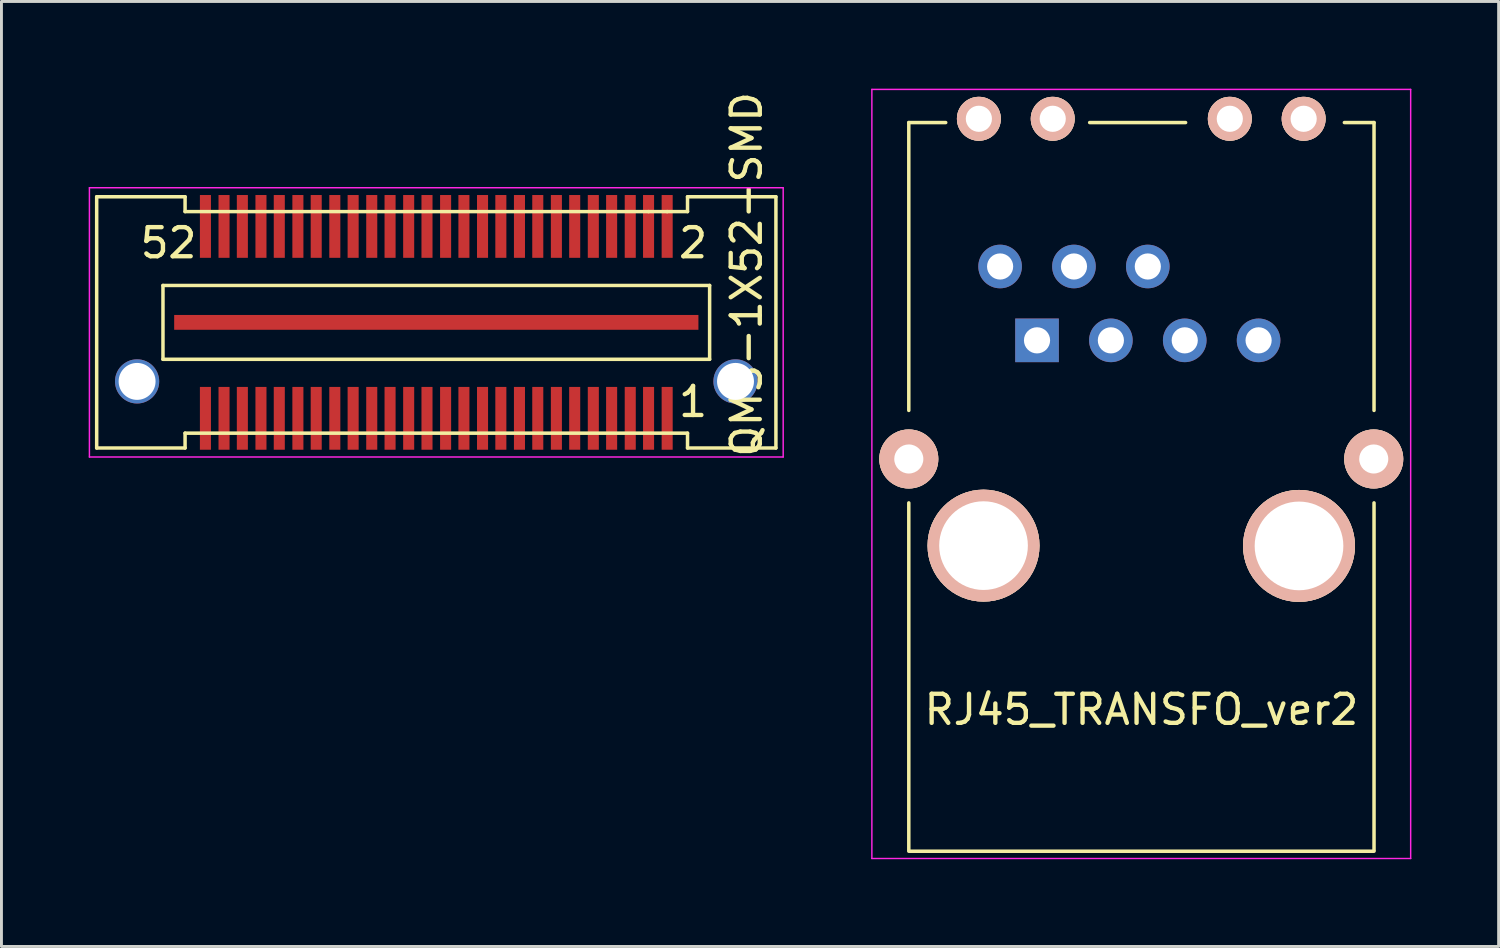
<source format=kicad_pcb>
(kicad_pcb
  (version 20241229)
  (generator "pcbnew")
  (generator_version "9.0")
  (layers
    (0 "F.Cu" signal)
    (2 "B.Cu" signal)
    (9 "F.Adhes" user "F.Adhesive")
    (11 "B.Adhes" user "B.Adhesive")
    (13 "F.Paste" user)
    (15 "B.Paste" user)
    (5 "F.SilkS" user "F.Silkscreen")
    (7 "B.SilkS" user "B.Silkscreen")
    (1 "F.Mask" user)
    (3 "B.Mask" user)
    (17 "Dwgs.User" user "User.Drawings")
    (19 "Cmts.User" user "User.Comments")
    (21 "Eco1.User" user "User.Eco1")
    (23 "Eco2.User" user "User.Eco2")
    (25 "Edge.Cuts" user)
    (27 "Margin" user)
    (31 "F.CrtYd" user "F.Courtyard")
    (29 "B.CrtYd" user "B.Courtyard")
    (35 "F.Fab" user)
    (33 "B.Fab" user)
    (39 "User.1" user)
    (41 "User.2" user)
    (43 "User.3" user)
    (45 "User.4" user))
  (footprint "RJ45_TRANSFO_ver2"
    (layer "F.Cu")
    (at 32.615 8.655)
    (property "Reference" "RJ45_TRANSFO_ver2" (at 3.59 12.7 0) (layer "F.SilkS") (effects (font (size 1 1) (thickness 0.15))))
    (attr through_hole)
    (fp_line (start -4.41 -7.49) (end -3.14 -7.49) (stroke (width 0.12) (type solid)) (layer "F.SilkS"))
    (fp_line (start -4.41 2.41) (end -4.41 -7.49) (stroke (width 0.12) (type solid)) (layer "F.SilkS"))
    (fp_line (start -4.41 17.53) (end -4.41 5.59) (stroke (width 0.12) (type solid)) (layer "F.SilkS"))
    (fp_line (start -4.41 17.57) (end 11.59 17.57) (stroke (width 0.12) (type solid)) (layer "F.SilkS"))
    (fp_line (start 1.81 -7.49) (end 5.11 -7.49) (stroke (width 0.12) (type solid)) (layer "F.SilkS"))
    (fp_line (start 11.59 -7.49) (end 10.57 -7.49) (stroke (width 0.12) (type solid)) (layer "F.SilkS"))
    (fp_line (start 11.59 2.41) (end 11.59 -7.49) (stroke (width 0.12) (type solid)) (layer "F.SilkS"))
    (fp_line (start 11.59 17.53) (end 11.59 5.59) (stroke (width 0.12) (type solid)) (layer "F.SilkS"))
    (fp_line (start -5.68 -8.63) (end -5.68 17.82) (stroke (width 0.05) (type solid)) (layer "F.CrtYd"))
    (fp_line (start -5.68 -8.63) (end 12.85 -8.63) (stroke (width 0.05) (type solid)) (layer "F.CrtYd"))
    (fp_line (start 12.85 17.82) (end -5.68 17.82) (stroke (width 0.05) (type solid)) (layer "F.CrtYd"))
    (fp_line (start 12.85 17.82) (end 12.85 -8.63) (stroke (width 0.05) (type solid)) (layer "F.CrtYd"))
    (pad "1" thru_hole rect (at 0 0) (size 1.5 1.5) (drill 0.9) (layers "*.Cu" "*.Mask"))
    (pad "2" thru_hole circle (at -1.27 -2.54) (size 1.5 1.5) (drill 0.9) (layers "*.Cu" "*.Mask"))
    (pad "3" thru_hole circle (at 2.54 0) (size 1.5 1.5) (drill 0.9) (layers "*.Cu" "*.Mask"))
    (pad "4" thru_hole circle (at 1.27 -2.54) (size 1.5 1.5) (drill 0.9) (layers "*.Cu" "*.Mask"))
    (pad "5" thru_hole circle (at 5.08 0) (size 1.5 1.5) (drill 0.9) (layers "*.Cu" "*.Mask"))
    (pad "6" thru_hole circle (at 3.81 -2.54) (size 1.5 1.5) (drill 0.9) (layers "*.Cu" "*.Mask"))
    (pad "7" thru_hole circle (at 7.62 0) (size 1.5 1.5) (drill 0.9) (layers "*.Cu" "*.Mask"))
    (pad "9" thru_hole circle (at -4.41 4.08) (size 2.03 2.03) (drill 1) (layers "*.Cu" "*.SilkS" "*.Mask"))
    (pad "9" thru_hole circle (at 11.58 4.08) (size 2.03 2.03) (drill 1) (layers "*.Cu" "*.SilkS" "*.Mask"))
    (pad "Hole" thru_hole circle (at -2 -7.62) (size 1.51 1.51) (drill 0.9) (layers "*.Cu" "*.SilkS" "*.Mask"))
    (pad "Hole" thru_hole circle (at -1.84 7.06) (size 3.85 3.85) (drill 3.05) (layers "*.Cu" "*.SilkS" "*.Mask"))
    (pad "Hole" thru_hole circle (at 0.54 -7.62) (size 1.51 1.51) (drill 0.9) (layers "*.Cu" "*.SilkS" "*.Mask"))
    (pad "Hole" thru_hole circle (at 6.63 -7.62) (size 1.51 1.51) (drill 0.9) (layers "*.Cu" "*.SilkS" "*.Mask"))
    (pad "Hole" thru_hole circle (at 9.01 7.07) (size 3.85 3.85) (drill 3.05) (layers "*.Cu" "*.SilkS" "*.Mask"))
    (pad "Hole" thru_hole circle (at 9.17 -7.62) (size 1.51 1.51) (drill 0.9) (layers "*.Cu" "*.SilkS" "*.Mask")))
  (footprint "QMS-1X52-SMD"
    (layer "F.Cu")
    (at 11.955 8.037)
    (property "Reference" "QMS-1X52-SMD" (at 10.67 -1.65 90) (layer "F.SilkS") (effects (font (size 1 1) (thickness 0.15))))
    (attr smd)
    (fp_line (start -11.68 4.32) (end -11.68 -4.32) (stroke (width 0.12) (type solid)) (layer "F.SilkS"))
    (fp_line (start -9.4 -1.27) (end 9.4 -1.27) (stroke (width 0.12) (type solid)) (layer "F.SilkS"))
    (fp_line (start -9.4 1.27) (end -9.4 -1.27) (stroke (width 0.12) (type solid)) (layer "F.SilkS"))
    (fp_line (start -8.64 -4.32) (end -11.68 -4.32) (stroke (width 0.12) (type solid)) (layer "F.SilkS"))
    (fp_line (start -8.64 -4.32) (end -8.64 -3.81) (stroke (width 0.12) (type solid)) (layer "F.SilkS"))
    (fp_line (start -8.64 -3.81) (end 7.3 -3.81) (stroke (width 0.12) (type solid)) (layer "F.SilkS"))
    (fp_line (start -8.64 3.81) (end -8.64 4.32) (stroke (width 0.12) (type solid)) (layer "F.SilkS"))
    (fp_line (start -8.64 4.32) (end -11.68 4.32) (stroke (width 0.12) (type solid)) (layer "F.SilkS"))
    (fp_line (start 7.3 -3.81) (end 7.94 -3.81) (stroke (width 0.12) (type solid)) (layer "F.SilkS"))
    (fp_line (start 7.94 -3.81) (end 8.64 -3.81) (stroke (width 0.12) (type solid)) (layer "F.SilkS"))
    (fp_line (start 8.64 -4.32) (end 11.68 -4.32) (stroke (width 0.12) (type solid)) (layer "F.SilkS"))
    (fp_line (start 8.64 -3.81) (end 8.64 -4.32) (stroke (width 0.12) (type solid)) (layer "F.SilkS"))
    (fp_line (start 8.64 3.81) (end -8.64 3.81) (stroke (width 0.12) (type solid)) (layer "F.SilkS"))
    (fp_line (start 8.64 4.32) (end 8.64 3.81) (stroke (width 0.12) (type solid)) (layer "F.SilkS"))
    (fp_line (start 9.4 -1.27) (end 9.4 1.27) (stroke (width 0.12) (type solid)) (layer "F.SilkS"))
    (fp_line (start 9.4 1.27) (end -9.4 1.27) (stroke (width 0.12) (type solid)) (layer "F.SilkS"))
    (fp_line (start 11.68 -4.32) (end 11.68 4.32) (stroke (width 0.12) (type solid)) (layer "F.SilkS"))
    (fp_line (start 11.68 4.32) (end 8.64 4.32) (stroke (width 0.12) (type solid)) (layer "F.SilkS"))
    (fp_line (start -11.93 -4.63) (end -11.93 4.63) (stroke (width 0.05) (type solid)) (layer "F.CrtYd"))
    (fp_line (start -11.93 -4.63) (end 11.93 -4.63) (stroke (width 0.05) (type solid)) (layer "F.CrtYd"))
    (fp_line (start 11.93 4.63) (end -11.93 4.63) (stroke (width 0.05) (type solid)) (layer "F.CrtYd"))
    (fp_line (start 11.93 4.63) (end 11.93 -4.63) (stroke (width 0.05) (type solid)) (layer "F.CrtYd"))
    (fp_text user "2" (at 8.83 -2.73 0) (layer "F.SilkS") (effects (font (size 1 1) (thickness 0.15))))
    (fp_text user "1" (at 8.83 2.73 0) (layer "F.SilkS") (effects (font (size 1 1) (thickness 0.15))))
    (fp_text user "52" (at -9.21 -2.73 0) (layer "F.SilkS") (effects (font (size 1 1) (thickness 0.15))))
    (pad "" thru_hole circle (at -10.29 2.03) (size 1.52 1.52) (drill 1.27) (layers "*.Cu" "*.Mask"))
    (pad "" thru_hole circle (at 10.29 2.03) (size 1.52 1.52) (drill 1.27) (layers "*.Cu" "*.Mask"))
    (pad "1" smd rect (at 7.94 3.3) (size 0.38 2.16) (layers "F.Cu" "F.Mask" "F.Paste"))
    (pad "2" smd rect (at 7.94 -3.3) (size 0.38 2.16) (layers "F.Cu" "F.Mask" "F.Paste"))
    (pad "3" smd rect (at 7.3 3.3) (size 0.38 2.16) (layers "F.Cu" "F.Mask" "F.Paste"))
    (pad "4" smd rect (at 7.3 -3.3) (size 0.38 2.16) (layers "F.Cu" "F.Mask" "F.Paste"))
    (pad "5" smd rect (at 6.67 3.3) (size 0.38 2.16) (layers "F.Cu" "F.Mask" "F.Paste"))
    (pad "6" smd rect (at 6.67 -3.3) (size 0.38 2.16) (layers "F.Cu" "F.Mask" "F.Paste"))
    (pad "7" smd rect (at 6.03 3.3) (size 0.38 2.16) (layers "F.Cu" "F.Mask" "F.Paste"))
    (pad "8" smd rect (at 6.03 -3.3) (size 0.38 2.16) (layers "F.Cu" "F.Mask" "F.Paste"))
    (pad "9" smd rect (at 5.4 3.3) (size 0.38 2.16) (layers "F.Cu" "F.Mask" "F.Paste"))
    (pad "10" smd rect (at 5.4 -3.3) (size 0.38 2.16) (layers "F.Cu" "F.Mask" "F.Paste"))
    (pad "11" smd rect (at 4.76 3.3) (size 0.38 2.16) (layers "F.Cu" "F.Mask" "F.Paste"))
    (pad "12" smd rect (at 4.76 -3.3) (size 0.38 2.16) (layers "F.Cu" "F.Mask" "F.Paste"))
    (pad "13" smd rect (at 4.13 3.3) (size 0.38 2.16) (layers "F.Cu" "F.Mask" "F.Paste"))
    (pad "14" smd rect (at 4.13 -3.3) (size 0.38 2.16) (layers "F.Cu" "F.Mask" "F.Paste"))
    (pad "15" smd rect (at 3.49 3.3) (size 0.38 2.16) (layers "F.Cu" "F.Mask" "F.Paste"))
    (pad "16" smd rect (at 3.49 -3.3) (size 0.38 2.16) (layers "F.Cu" "F.Mask" "F.Paste"))
    (pad "17" smd rect (at 2.86 3.3) (size 0.38 2.16) (layers "F.Cu" "F.Mask" "F.Paste"))
    (pad "18" smd rect (at 2.86 -3.3) (size 0.38 2.16) (layers "F.Cu" "F.Mask" "F.Paste"))
    (pad "19" smd rect (at 2.22 3.3) (size 0.38 2.16) (layers "F.Cu" "F.Mask" "F.Paste"))
    (pad "20" smd rect (at 2.22 -3.3) (size 0.38 2.16) (layers "F.Cu" "F.Mask" "F.Paste"))
    (pad "21" smd rect (at 1.59 3.3) (size 0.38 2.16) (layers "F.Cu" "F.Mask" "F.Paste"))
    (pad "22" smd rect (at 1.59 -3.3) (size 0.38 2.16) (layers "F.Cu" "F.Mask" "F.Paste"))
    (pad "23" smd rect (at 0.95 3.3) (size 0.38 2.16) (layers "F.Cu" "F.Mask" "F.Paste"))
    (pad "24" smd rect (at 0.95 -3.3) (size 0.38 2.16) (layers "F.Cu" "F.Mask" "F.Paste"))
    (pad "25" smd rect (at 0.32 3.3) (size 0.38 2.16) (layers "F.Cu" "F.Mask" "F.Paste"))
    (pad "26" smd rect (at 0.32 -3.3) (size 0.38 2.16) (layers "F.Cu" "F.Mask" "F.Paste"))
    (pad "27" smd rect (at -0.32 3.3) (size 0.38 2.16) (layers "F.Cu" "F.Mask" "F.Paste"))
    (pad "28" smd rect (at -0.32 -3.3) (size 0.38 2.16) (layers "F.Cu" "F.Mask" "F.Paste"))
    (pad "29" smd rect (at -0.95 3.3) (size 0.38 2.16) (layers "F.Cu" "F.Mask" "F.Paste"))
    (pad "30" smd rect (at -0.95 -3.3) (size 0.38 2.16) (layers "F.Cu" "F.Mask" "F.Paste"))
    (pad "31" smd rect (at -1.59 3.3) (size 0.38 2.16) (layers "F.Cu" "F.Mask" "F.Paste"))
    (pad "32" smd rect (at -1.59 -3.3) (size 0.38 2.16) (layers "F.Cu" "F.Mask" "F.Paste"))
    (pad "33" smd rect (at -2.22 3.3) (size 0.38 2.16) (layers "F.Cu" "F.Mask" "F.Paste"))
    (pad "34" smd rect (at -2.22 -3.3) (size 0.38 2.16) (layers "F.Cu" "F.Mask" "F.Paste"))
    (pad "35" smd rect (at -2.86 3.3) (size 0.38 2.16) (layers "F.Cu" "F.Mask" "F.Paste"))
    (pad "36" smd rect (at -2.86 -3.3) (size 0.38 2.16) (layers "F.Cu" "F.Mask" "F.Paste"))
    (pad "37" smd rect (at -3.49 3.3) (size 0.38 2.16) (layers "F.Cu" "F.Mask" "F.Paste"))
    (pad "38" smd rect (at -3.49 -3.3) (size 0.38 2.16) (layers "F.Cu" "F.Mask" "F.Paste"))
    (pad "39" smd rect (at -4.13 3.3) (size 0.38 2.16) (layers "F.Cu" "F.Mask" "F.Paste"))
    (pad "40" smd rect (at -4.13 -3.3) (size 0.38 2.16) (layers "F.Cu" "F.Mask" "F.Paste"))
    (pad "41" smd rect (at -4.76 3.3) (size 0.38 2.16) (layers "F.Cu" "F.Mask" "F.Paste"))
    (pad "42" smd rect (at -4.76 -3.3) (size 0.38 2.16) (layers "F.Cu" "F.Mask" "F.Paste"))
    (pad "43" smd rect (at -5.4 3.3) (size 0.38 2.16) (layers "F.Cu" "F.Mask" "F.Paste"))
    (pad "44" smd rect (at -5.4 -3.3) (size 0.38 2.16) (layers "F.Cu" "F.Mask" "F.Paste"))
    (pad "45" smd rect (at -6.03 3.3) (size 0.38 2.16) (layers "F.Cu" "F.Mask" "F.Paste"))
    (pad "46" smd rect (at -6.03 -3.3) (size 0.38 2.16) (layers "F.Cu" "F.Mask" "F.Paste"))
    (pad "47" smd rect (at -6.67 3.3) (size 0.38 2.16) (layers "F.Cu" "F.Mask" "F.Paste"))
    (pad "48" smd rect (at -6.67 -3.3) (size 0.38 2.16) (layers "F.Cu" "F.Mask" "F.Paste"))
    (pad "49" smd rect (at -7.3 3.3) (size 0.38 2.16) (layers "F.Cu" "F.Mask" "F.Paste"))
    (pad "50" smd rect (at -7.3 -3.3) (size 0.38 2.16) (layers "F.Cu" "F.Mask" "F.Paste"))
    (pad "51" smd rect (at -7.94 3.3) (size 0.38 2.16) (layers "F.Cu" "F.Mask" "F.Paste"))
    (pad "52" smd rect (at -7.94 -3.3) (size 0.38 2.16) (layers "F.Cu" "F.Mask" "F.Paste"))
    (pad "53" smd rect (at 0 0) (size 18.03 0.51) (layers "F.Cu" "F.Mask" "F.Paste")))
  (gr_rect
    (start -3 -3)
    (end 48.49 29.5)
    (stroke (width 0.1) (type default))
    (fill no)
    (layer "Edge.Cuts")))
</source>
